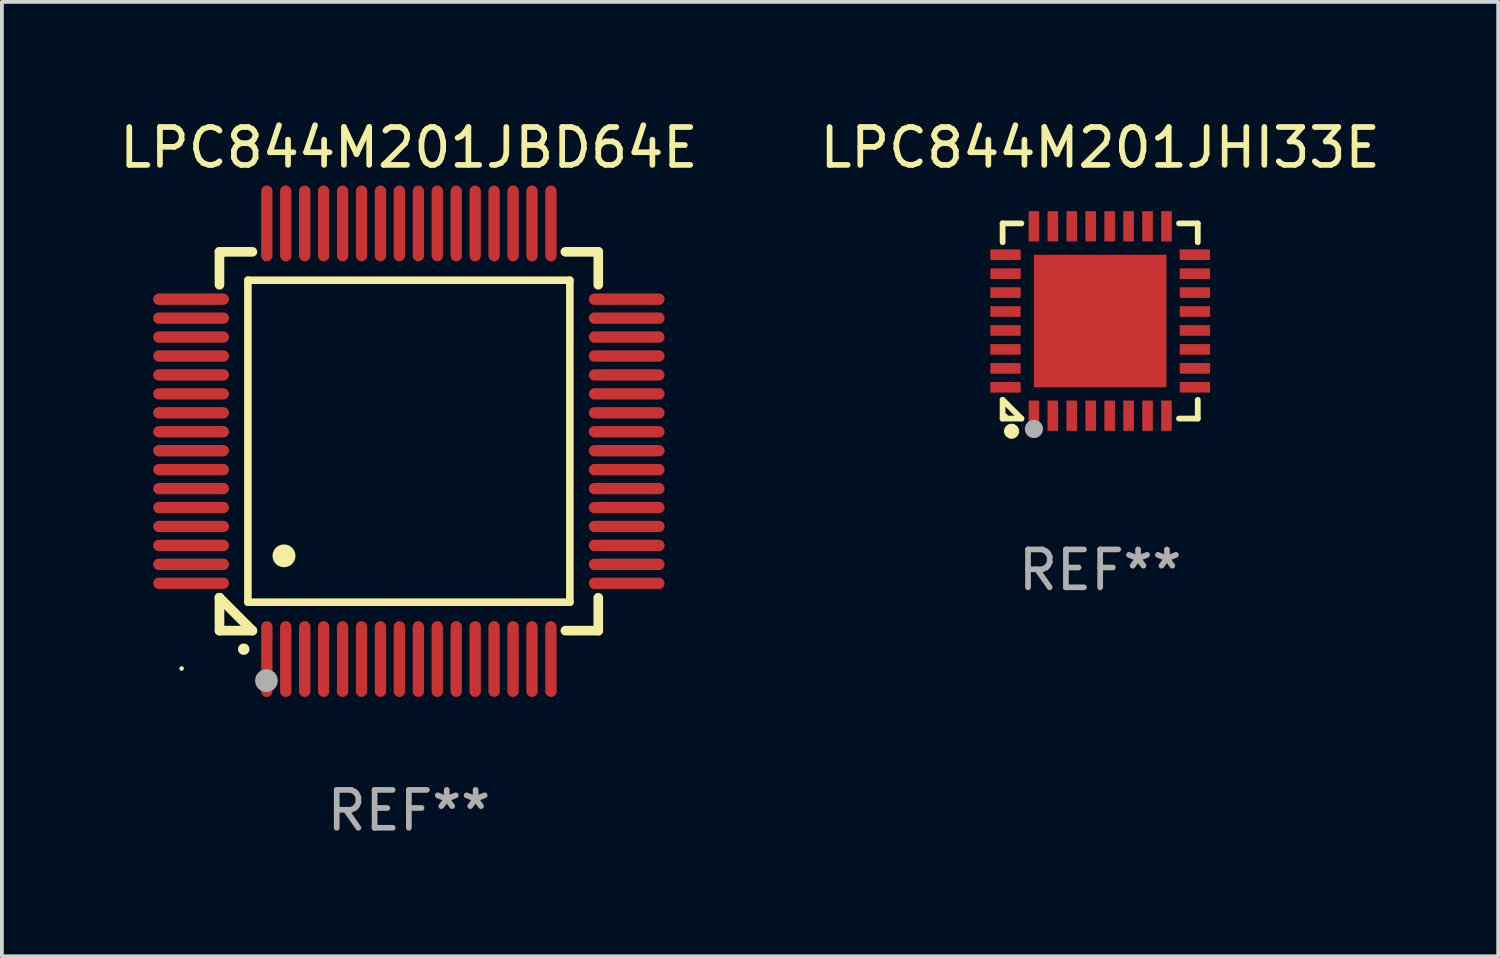
<source format=kicad_pcb>
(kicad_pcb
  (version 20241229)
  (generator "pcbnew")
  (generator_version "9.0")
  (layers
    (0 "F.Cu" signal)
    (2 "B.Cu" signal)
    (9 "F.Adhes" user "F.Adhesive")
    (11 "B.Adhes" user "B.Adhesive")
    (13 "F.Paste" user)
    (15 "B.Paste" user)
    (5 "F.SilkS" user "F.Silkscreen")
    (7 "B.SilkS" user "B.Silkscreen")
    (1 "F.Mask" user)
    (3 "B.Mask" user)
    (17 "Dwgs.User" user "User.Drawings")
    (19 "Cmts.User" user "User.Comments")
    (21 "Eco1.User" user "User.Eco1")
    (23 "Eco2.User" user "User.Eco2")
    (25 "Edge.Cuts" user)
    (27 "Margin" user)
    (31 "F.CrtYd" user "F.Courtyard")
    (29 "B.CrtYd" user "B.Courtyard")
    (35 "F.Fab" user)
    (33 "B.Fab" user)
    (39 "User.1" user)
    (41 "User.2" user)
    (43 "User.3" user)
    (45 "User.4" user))
  (footprint "LPC844M201JBD64E"
    (layer "F.Cu")
    (at 7.744 8.598)
    (property "Reference" "LPC844M201JBD64E" (at 0 -7.75 0) (layer "F.SilkS") (effects (font (size 1 1) (thickness 0.15))))
    (attr through_hole)
    (fp_line (start -5 -5) (end -4.131 -5) (stroke (width 0.254) (type solid)) (layer "F.SilkS"))
    (fp_line (start -5 -4.131) (end -5 -5) (stroke (width 0.254) (type solid)) (layer "F.SilkS"))
    (fp_line (start -5 4.131) (end -5 4.131) (stroke (width 0.254) (type solid)) (layer "F.SilkS"))
    (fp_line (start -5 5) (end -5 4.131) (stroke (width 0.254) (type solid)) (layer "F.SilkS"))
    (fp_line (start -5 4.131) (end -4.131 5) (stroke (width 0.254) (type solid)) (layer "F.SilkS"))
    (fp_line (start -4.25 -4.25) (end -4.25 4.25) (stroke (width 0.2) (type solid)) (layer "F.SilkS"))
    (fp_line (start -4.25 4.25) (end 4.25 4.25) (stroke (width 0.2) (type solid)) (layer "F.SilkS"))
    (fp_line (start -4.131 5) (end -5 5) (stroke (width 0.254) (type solid)) (layer "F.SilkS"))
    (fp_line (start 4.25 -4.25) (end -4.25 -4.25) (stroke (width 0.2) (type solid)) (layer "F.SilkS"))
    (fp_line (start 4.25 4.25) (end 4.25 -4.25) (stroke (width 0.2) (type solid)) (layer "F.SilkS"))
    (fp_line (start 5 -5) (end 4.131 -5) (stroke (width 0.254) (type solid)) (layer "F.SilkS"))
    (fp_line (start 5 -5) (end 5 -4.131) (stroke (width 0.254) (type solid)) (layer "F.SilkS"))
    (fp_line (start 5 4.131) (end 5 5) (stroke (width 0.254) (type solid)) (layer "F.SilkS"))
    (fp_line (start 5 5) (end 4.131 5) (stroke (width 0.254) (type solid)) (layer "F.SilkS"))
    (fp_arc (start -4.361265 5.489992) (mid -4.359995 5.489987) (end -4.358725 5.489992) (stroke (width 0.3) (type solid)) (layer "F.SilkS"))
    (fp_arc (start -3.299467 3.025146) (mid -3.296927 3.025135) (end -3.294387 3.025146) (stroke (width 0.6) (type solid)) (layer "F.SilkS"))
    (fp_circle (center -6 6) (end -5.97 6) (stroke (width 0.06) (type solid)) (fill no) (layer "F.SilkS"))
    (fp_circle (center -3.76 6.32) (end -3.61 6.32) (stroke (width 0.3) (type solid)) (fill no) (layer "F.Fab"))
    (fp_text user "REF**" (at 0 9.75 0) (layer "F.Fab") (effects (font (size 1 1) (thickness 0.15))))
    (pad "1" smd oval (at -3.75 5.75) (size 0.3 2) (layers "F.Cu" "F.Mask" "F.Paste"))
    (pad "2" smd oval (at -3.25 5.75) (size 0.3 2) (layers "F.Cu" "F.Mask" "F.Paste"))
    (pad "3" smd oval (at -2.75 5.75) (size 0.3 2) (layers "F.Cu" "F.Mask" "F.Paste"))
    (pad "4" smd oval (at -2.25 5.75) (size 0.3 2) (layers "F.Cu" "F.Mask" "F.Paste"))
    (pad "5" smd oval (at -1.75 5.75) (size 0.3 2) (layers "F.Cu" "F.Mask" "F.Paste"))
    (pad "6" smd oval (at -1.25 5.75) (size 0.3 2) (layers "F.Cu" "F.Mask" "F.Paste"))
    (pad "7" smd oval (at -0.75 5.75) (size 0.3 2) (layers "F.Cu" "F.Mask" "F.Paste"))
    (pad "8" smd oval (at -0.25 5.75) (size 0.3 2) (layers "F.Cu" "F.Mask" "F.Paste"))
    (pad "9" smd oval (at 0.25 5.75) (size 0.3 2) (layers "F.Cu" "F.Mask" "F.Paste"))
    (pad "10" smd oval (at 0.75 5.75) (size 0.3 2) (layers "F.Cu" "F.Mask" "F.Paste"))
    (pad "11" smd oval (at 1.25 5.75) (size 0.3 2) (layers "F.Cu" "F.Mask" "F.Paste"))
    (pad "12" smd oval (at 1.75 5.75) (size 0.3 2) (layers "F.Cu" "F.Mask" "F.Paste"))
    (pad "13" smd oval (at 2.25 5.75) (size 0.3 2) (layers "F.Cu" "F.Mask" "F.Paste"))
    (pad "14" smd oval (at 2.75 5.75) (size 0.3 2) (layers "F.Cu" "F.Mask" "F.Paste"))
    (pad "15" smd oval (at 3.25 5.75) (size 0.3 2) (layers "F.Cu" "F.Mask" "F.Paste"))
    (pad "16" smd oval (at 3.75 5.75) (size 0.3 2) (layers "F.Cu" "F.Mask" "F.Paste"))
    (pad "17" smd oval (at 5.75 3.75) (size 2 0.3) (layers "F.Cu" "F.Mask" "F.Paste"))
    (pad "18" smd oval (at 5.75 3.25) (size 2 0.3) (layers "F.Cu" "F.Mask" "F.Paste"))
    (pad "19" smd oval (at 5.75 2.75) (size 2 0.3) (layers "F.Cu" "F.Mask" "F.Paste"))
    (pad "20" smd oval (at 5.75 2.25) (size 2 0.3) (layers "F.Cu" "F.Mask" "F.Paste"))
    (pad "21" smd oval (at 5.75 1.75) (size 2 0.3) (layers "F.Cu" "F.Mask" "F.Paste"))
    (pad "22" smd oval (at 5.75 1.25) (size 2 0.3) (layers "F.Cu" "F.Mask" "F.Paste"))
    (pad "23" smd oval (at 5.75 0.75) (size 2 0.3) (layers "F.Cu" "F.Mask" "F.Paste"))
    (pad "24" smd oval (at 5.75 0.25) (size 2 0.3) (layers "F.Cu" "F.Mask" "F.Paste"))
    (pad "25" smd oval (at 5.75 -0.25) (size 2 0.3) (layers "F.Cu" "F.Mask" "F.Paste"))
    (pad "26" smd oval (at 5.75 -0.75) (size 2 0.3) (layers "F.Cu" "F.Mask" "F.Paste"))
    (pad "27" smd oval (at 5.75 -1.25) (size 2 0.3) (layers "F.Cu" "F.Mask" "F.Paste"))
    (pad "28" smd oval (at 5.75 -1.75) (size 2 0.3) (layers "F.Cu" "F.Mask" "F.Paste"))
    (pad "29" smd oval (at 5.75 -2.25) (size 2 0.3) (layers "F.Cu" "F.Mask" "F.Paste"))
    (pad "30" smd oval (at 5.75 -2.75) (size 2 0.3) (layers "F.Cu" "F.Mask" "F.Paste"))
    (pad "31" smd oval (at 5.75 -3.25) (size 2 0.3) (layers "F.Cu" "F.Mask" "F.Paste"))
    (pad "32" smd oval (at 5.75 -3.75) (size 2 0.3) (layers "F.Cu" "F.Mask" "F.Paste"))
    (pad "33" smd oval (at 3.75 -5.75) (size 0.3 2) (layers "F.Cu" "F.Mask" "F.Paste"))
    (pad "34" smd oval (at 3.25 -5.75) (size 0.3 2) (layers "F.Cu" "F.Mask" "F.Paste"))
    (pad "35" smd oval (at 2.75 -5.75) (size 0.3 2) (layers "F.Cu" "F.Mask" "F.Paste"))
    (pad "36" smd oval (at 2.25 -5.75) (size 0.3 2) (layers "F.Cu" "F.Mask" "F.Paste"))
    (pad "37" smd oval (at 1.75 -5.75) (size 0.3 2) (layers "F.Cu" "F.Mask" "F.Paste"))
    (pad "38" smd oval (at 1.25 -5.75) (size 0.3 2) (layers "F.Cu" "F.Mask" "F.Paste"))
    (pad "39" smd oval (at 0.75 -5.75) (size 0.3 2) (layers "F.Cu" "F.Mask" "F.Paste"))
    (pad "40" smd oval (at 0.25 -5.75) (size 0.3 2) (layers "F.Cu" "F.Mask" "F.Paste"))
    (pad "41" smd oval (at -0.25 -5.75) (size 0.3 2) (layers "F.Cu" "F.Mask" "F.Paste"))
    (pad "42" smd oval (at -0.75 -5.75) (size 0.3 2) (layers "F.Cu" "F.Mask" "F.Paste"))
    (pad "43" smd oval (at -1.25 -5.75) (size 0.3 2) (layers "F.Cu" "F.Mask" "F.Paste"))
    (pad "44" smd oval (at -1.75 -5.75) (size 0.3 2) (layers "F.Cu" "F.Mask" "F.Paste"))
    (pad "45" smd oval (at -2.25 -5.75) (size 0.3 2) (layers "F.Cu" "F.Mask" "F.Paste"))
    (pad "46" smd oval (at -2.75 -5.75) (size 0.3 2) (layers "F.Cu" "F.Mask" "F.Paste"))
    (pad "47" smd oval (at -3.25 -5.75) (size 0.3 2) (layers "F.Cu" "F.Mask" "F.Paste"))
    (pad "48" smd oval (at -3.75 -5.75) (size 0.3 2) (layers "F.Cu" "F.Mask" "F.Paste"))
    (pad "49" smd oval (at -5.75 -3.75) (size 2 0.3) (layers "F.Cu" "F.Mask" "F.Paste"))
    (pad "50" smd oval (at -5.75 -3.25) (size 2 0.3) (layers "F.Cu" "F.Mask" "F.Paste"))
    (pad "51" smd oval (at -5.75 -2.75) (size 2 0.3) (layers "F.Cu" "F.Mask" "F.Paste"))
    (pad "52" smd oval (at -5.75 -2.25) (size 2 0.3) (layers "F.Cu" "F.Mask" "F.Paste"))
    (pad "53" smd oval (at -5.75 -1.75) (size 2 0.3) (layers "F.Cu" "F.Mask" "F.Paste"))
    (pad "54" smd oval (at -5.75 -1.25) (size 2 0.3) (layers "F.Cu" "F.Mask" "F.Paste"))
    (pad "55" smd oval (at -5.75 -0.75) (size 2 0.3) (layers "F.Cu" "F.Mask" "F.Paste"))
    (pad "56" smd oval (at -5.75 -0.25) (size 2 0.3) (layers "F.Cu" "F.Mask" "F.Paste"))
    (pad "57" smd oval (at -5.75 0.25) (size 2 0.3) (layers "F.Cu" "F.Mask" "F.Paste"))
    (pad "58" smd oval (at -5.75 0.75) (size 2 0.3) (layers "F.Cu" "F.Mask" "F.Paste"))
    (pad "59" smd oval (at -5.75 1.25) (size 2 0.3) (layers "F.Cu" "F.Mask" "F.Paste"))
    (pad "60" smd oval (at -5.75 1.75) (size 2 0.3) (layers "F.Cu" "F.Mask" "F.Paste"))
    (pad "61" smd oval (at -5.75 2.25) (size 2 0.3) (layers "F.Cu" "F.Mask" "F.Paste"))
    (pad "62" smd oval (at -5.75 2.75) (size 2 0.3) (layers "F.Cu" "F.Mask" "F.Paste"))
    (pad "63" smd oval (at -5.75 3.25) (size 2 0.3) (layers "F.Cu" "F.Mask" "F.Paste"))
    (pad "64" smd oval (at -5.75 3.75) (size 2 0.3) (layers "F.Cu" "F.Mask" "F.Paste")))
  (footprint "LPC844M201JHI33E"
    (layer "F.Cu")
    (at 25.994 5.424)
    (property "Reference" "LPC844M201JHI33E" (at 0 -4.576 0) (layer "F.SilkS") (effects (font (size 1 1) (thickness 0.15))))
    (attr through_hole)
    (fp_line (start -2.576 -2.576) (end -2.08 -2.576) (stroke (width 0.152) (type solid)) (layer "F.SilkS"))
    (fp_line (start -2.576 -2.08) (end -2.576 -2.576) (stroke (width 0.152) (type solid)) (layer "F.SilkS"))
    (fp_line (start -2.576 2.08) (end -2.576 2.576) (stroke (width 0.152) (type solid)) (layer "F.SilkS"))
    (fp_line (start -2.576 2.08) (end -2.08 2.576) (stroke (width 0.152) (type solid)) (layer "F.SilkS"))
    (fp_line (start -2.576 2.576) (end -2.08 2.576) (stroke (width 0.152) (type solid)) (layer "F.SilkS"))
    (fp_line (start 2.576 -2.576) (end 2.08 -2.576) (stroke (width 0.152) (type solid)) (layer "F.SilkS"))
    (fp_line (start 2.576 -2.08) (end 2.576 -2.576) (stroke (width 0.152) (type solid)) (layer "F.SilkS"))
    (fp_line (start 2.576 2.08) (end 2.576 2.576) (stroke (width 0.152) (type solid)) (layer "F.SilkS"))
    (fp_line (start 2.576 2.576) (end 2.08 2.576) (stroke (width 0.152) (type solid)) (layer "F.SilkS"))
    (fp_circle (center -2.5 2.5) (end -2.47 2.5) (stroke (width 0.06) (type solid)) (fill no) (layer "F.SilkS"))
    (fp_circle (center -2.34 2.91) (end -2.24 2.91) (stroke (width 0.2) (type solid)) (fill no) (layer "F.SilkS"))
    (fp_circle (center -1.75 2.85) (end -1.63 2.85) (stroke (width 0.24) (type solid)) (fill no) (layer "F.Fab"))
    (fp_text user "REF**" (at 0 6.576 0) (layer "F.Fab") (effects (font (size 1 1) (thickness 0.15))))
    (pad "1" smd rect (at -1.75 2.5) (size 0.28 0.8) (layers "F.Cu" "F.Mask" "F.Paste"))
    (pad "2" smd rect (at -1.25 2.5) (size 0.28 0.8) (layers "F.Cu" "F.Mask" "F.Paste"))
    (pad "3" smd rect (at -0.75 2.5) (size 0.28 0.8) (layers "F.Cu" "F.Mask" "F.Paste"))
    (pad "4" smd rect (at -0.25 2.5) (size 0.28 0.8) (layers "F.Cu" "F.Mask" "F.Paste"))
    (pad "5" smd rect (at 0.25 2.5) (size 0.28 0.8) (layers "F.Cu" "F.Mask" "F.Paste"))
    (pad "6" smd rect (at 0.75 2.5) (size 0.28 0.8) (layers "F.Cu" "F.Mask" "F.Paste"))
    (pad "7" smd rect (at 1.25 2.5) (size 0.28 0.8) (layers "F.Cu" "F.Mask" "F.Paste"))
    (pad "8" smd rect (at 1.75 2.5) (size 0.28 0.8) (layers "F.Cu" "F.Mask" "F.Paste"))
    (pad "9" smd rect (at 2.5 1.75) (size 0.8 0.28) (layers "F.Cu" "F.Mask" "F.Paste"))
    (pad "10" smd rect (at 2.5 1.25) (size 0.8 0.28) (layers "F.Cu" "F.Mask" "F.Paste"))
    (pad "11" smd rect (at 2.5 0.75) (size 0.8 0.28) (layers "F.Cu" "F.Mask" "F.Paste"))
    (pad "12" smd rect (at 2.5 0.25) (size 0.8 0.28) (layers "F.Cu" "F.Mask" "F.Paste"))
    (pad "13" smd rect (at 2.5 -0.25) (size 0.8 0.28) (layers "F.Cu" "F.Mask" "F.Paste"))
    (pad "14" smd rect (at 2.5 -0.75) (size 0.8 0.28) (layers "F.Cu" "F.Mask" "F.Paste"))
    (pad "15" smd rect (at 2.5 -1.25) (size 0.8 0.28) (layers "F.Cu" "F.Mask" "F.Paste"))
    (pad "16" smd rect (at 2.5 -1.75) (size 0.8 0.28) (layers "F.Cu" "F.Mask" "F.Paste"))
    (pad "17" smd rect (at 1.75 -2.5) (size 0.28 0.8) (layers "F.Cu" "F.Mask" "F.Paste"))
    (pad "18" smd rect (at 1.25 -2.5) (size 0.28 0.8) (layers "F.Cu" "F.Mask" "F.Paste"))
    (pad "19" smd rect (at 0.75 -2.5) (size 0.28 0.8) (layers "F.Cu" "F.Mask" "F.Paste"))
    (pad "20" smd rect (at 0.25 -2.5) (size 0.28 0.8) (layers "F.Cu" "F.Mask" "F.Paste"))
    (pad "21" smd rect (at -0.25 -2.5) (size 0.28 0.8) (layers "F.Cu" "F.Mask" "F.Paste"))
    (pad "22" smd rect (at -0.75 -2.5) (size 0.28 0.8) (layers "F.Cu" "F.Mask" "F.Paste"))
    (pad "23" smd rect (at -1.25 -2.5) (size 0.28 0.8) (layers "F.Cu" "F.Mask" "F.Paste"))
    (pad "24" smd rect (at -1.75 -2.5) (size 0.28 0.8) (layers "F.Cu" "F.Mask" "F.Paste"))
    (pad "25" smd rect (at -2.5 -1.75) (size 0.8 0.28) (layers "F.Cu" "F.Mask" "F.Paste"))
    (pad "26" smd rect (at -2.5 -1.25) (size 0.8 0.28) (layers "F.Cu" "F.Mask" "F.Paste"))
    (pad "27" smd rect (at -2.5 -0.75) (size 0.8 0.28) (layers "F.Cu" "F.Mask" "F.Paste"))
    (pad "28" smd rect (at -2.5 -0.25) (size 0.8 0.28) (layers "F.Cu" "F.Mask" "F.Paste"))
    (pad "29" smd rect (at -2.5 0.25) (size 0.8 0.28) (layers "F.Cu" "F.Mask" "F.Paste"))
    (pad "30" smd rect (at -2.5 0.75) (size 0.8 0.28) (layers "F.Cu" "F.Mask" "F.Paste"))
    (pad "31" smd rect (at -2.5 1.25) (size 0.8 0.28) (layers "F.Cu" "F.Mask" "F.Paste"))
    (pad "32" smd rect (at -2.5 1.75) (size 0.8 0.28) (layers "F.Cu" "F.Mask" "F.Paste"))
    (pad "33" smd rect (at 0 0) (size 3.5 3.5) (layers "F.Cu" "F.Mask" "F.Paste")))
  (gr_rect
    (start -3 -3)
    (end 36.5 22.196)
    (stroke (width 0.1) (type default))
    (fill no)
    (layer "Edge.Cuts")))
</source>
